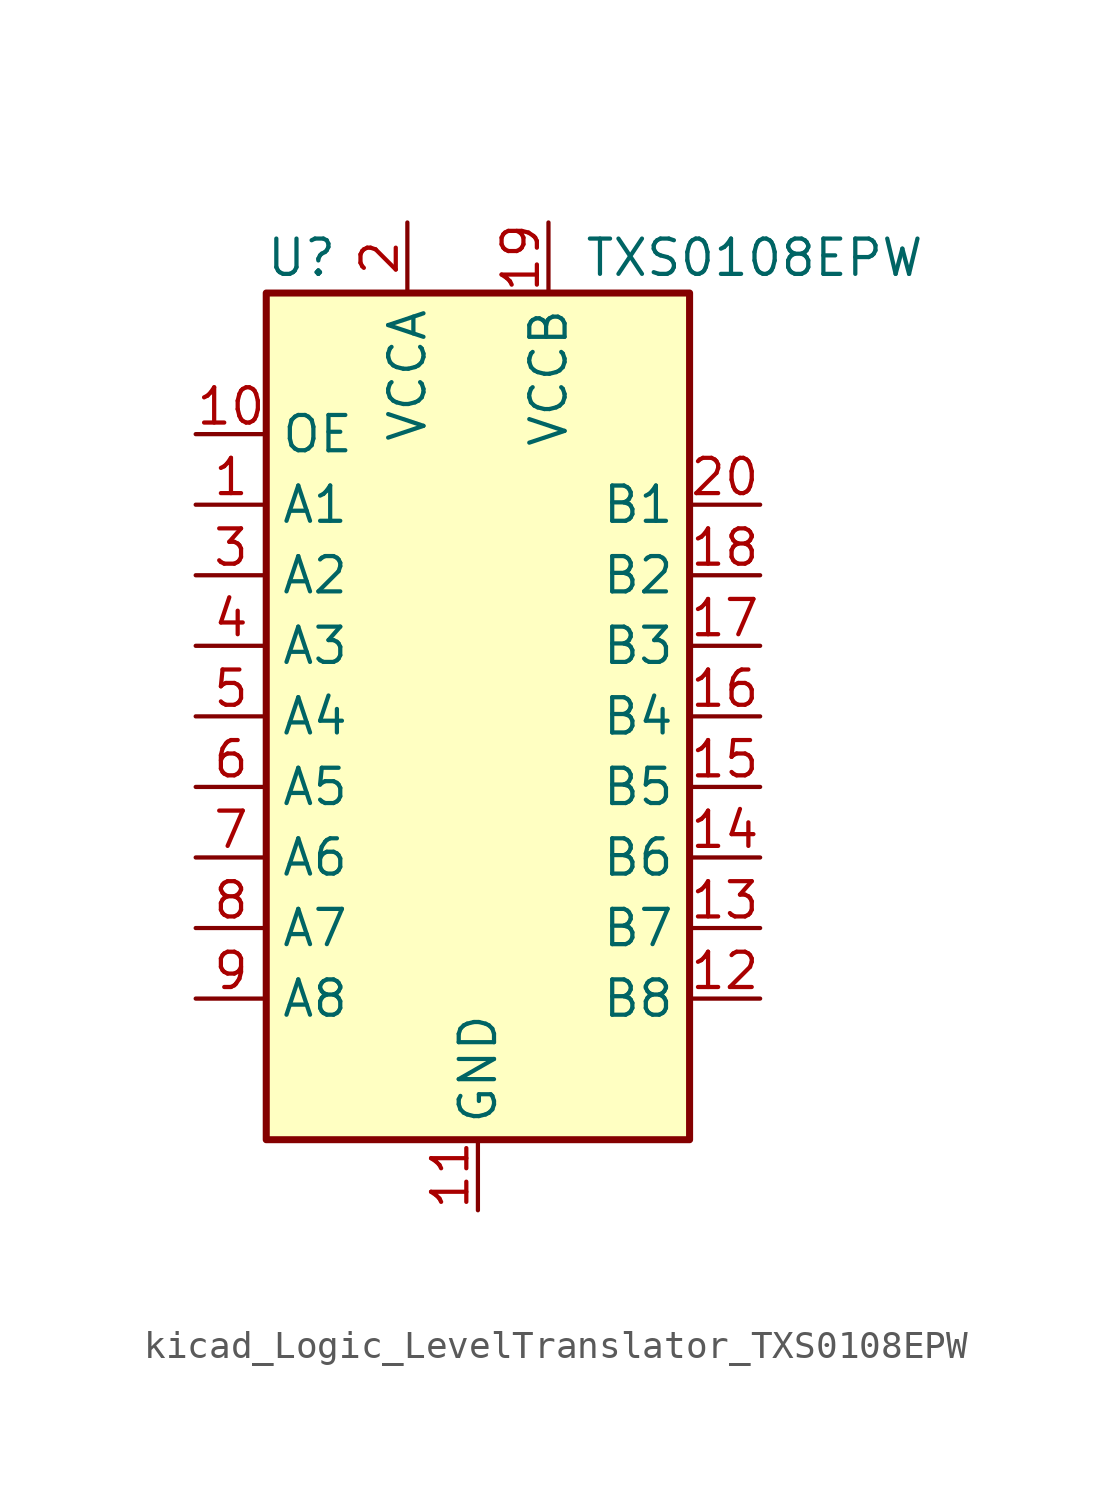
<source format=kicad_sym>
(kicad_symbol_lib
  (version 20220914)
  (generator kicad_symbol_editor)
  (symbol "kicad_Logic_LevelTranslator_TXS0108EPW"
    (property "Reference" "U"
      (at -6.35 16.51 0)
      (effects (font (size 1.27 1.27))))
    (property "Value" "TXS0108EPW"
      (at 3.81 16.51 0)
      (effects (font (size 1.27 1.27)) (justify left)))
    (symbol "kicad_Logic_LevelTranslator_TXS0108EPW_0_1"
      (rectangle (start -7.62 15.24) (end 7.62 -15.24) (stroke (width 0.254) (type default)) (fill (type background))))
    (symbol "kicad_Logic_LevelTranslator_TXS0108EPW_1_1"
      (pin bidirectional line (at -10.16 7.62 0) (length 2.54) (name "A1" (effects (font (size 1.27 1.27)))) (number "1" (effects (font (size 1.27 1.27)))))
      (pin input line (at -10.16 10.16 0) (length 2.54) (name "OE" (effects (font (size 1.27 1.27)))) (number "10" (effects (font (size 1.27 1.27)))))
      (pin power_in line (at 0 -17.78 90) (length 2.54) (name "GND" (effects (font (size 1.27 1.27)))) (number "11" (effects (font (size 1.27 1.27)))))
      (pin bidirectional line (at 10.16 -10.16 180) (length 2.54) (name "B8" (effects (font (size 1.27 1.27)))) (number "12" (effects (font (size 1.27 1.27)))))
      (pin bidirectional line (at 10.16 -7.62 180) (length 2.54) (name "B7" (effects (font (size 1.27 1.27)))) (number "13" (effects (font (size 1.27 1.27)))))
      (pin bidirectional line (at 10.16 -5.08 180) (length 2.54) (name "B6" (effects (font (size 1.27 1.27)))) (number "14" (effects (font (size 1.27 1.27)))))
      (pin bidirectional line (at 10.16 -2.54 180) (length 2.54) (name "B5" (effects (font (size 1.27 1.27)))) (number "15" (effects (font (size 1.27 1.27)))))
      (pin bidirectional line (at 10.16 0 180) (length 2.54) (name "B4" (effects (font (size 1.27 1.27)))) (number "16" (effects (font (size 1.27 1.27)))))
      (pin bidirectional line (at 10.16 2.54 180) (length 2.54) (name "B3" (effects (font (size 1.27 1.27)))) (number "17" (effects (font (size 1.27 1.27)))))
      (pin bidirectional line (at 10.16 5.08 180) (length 2.54) (name "B2" (effects (font (size 1.27 1.27)))) (number "18" (effects (font (size 1.27 1.27)))))
      (pin power_in line (at 2.54 17.78 270) (length 2.54) (name "VCCB" (effects (font (size 1.27 1.27)))) (number "19" (effects (font (size 1.27 1.27)))))
      (pin power_in line (at -2.54 17.78 270) (length 2.54) (name "VCCA" (effects (font (size 1.27 1.27)))) (number "2" (effects (font (size 1.27 1.27)))))
      (pin bidirectional line (at 10.16 7.62 180) (length 2.54) (name "B1" (effects (font (size 1.27 1.27)))) (number "20" (effects (font (size 1.27 1.27)))))
      (pin bidirectional line (at -10.16 5.08 0) (length 2.54) (name "A2" (effects (font (size 1.27 1.27)))) (number "3" (effects (font (size 1.27 1.27)))))
      (pin bidirectional line (at -10.16 2.54 0) (length 2.54) (name "A3" (effects (font (size 1.27 1.27)))) (number "4" (effects (font (size 1.27 1.27)))))
      (pin bidirectional line (at -10.16 0 0) (length 2.54) (name "A4" (effects (font (size 1.27 1.27)))) (number "5" (effects (font (size 1.27 1.27)))))
      (pin bidirectional line (at -10.16 -2.54 0) (length 2.54) (name "A5" (effects (font (size 1.27 1.27)))) (number "6" (effects (font (size 1.27 1.27)))))
      (pin bidirectional line (at -10.16 -5.08 0) (length 2.54) (name "A6" (effects (font (size 1.27 1.27)))) (number "7" (effects (font (size 1.27 1.27)))))
      (pin bidirectional line (at -10.16 -7.62 0) (length 2.54) (name "A7" (effects (font (size 1.27 1.27)))) (number "8" (effects (font (size 1.27 1.27)))))
      (pin bidirectional line (at -10.16 -10.16 0) (length 2.54) (name "A8" (effects (font (size 1.27 1.27)))) (number "9" (effects (font (size 1.27 1.27))))))))
</source>
